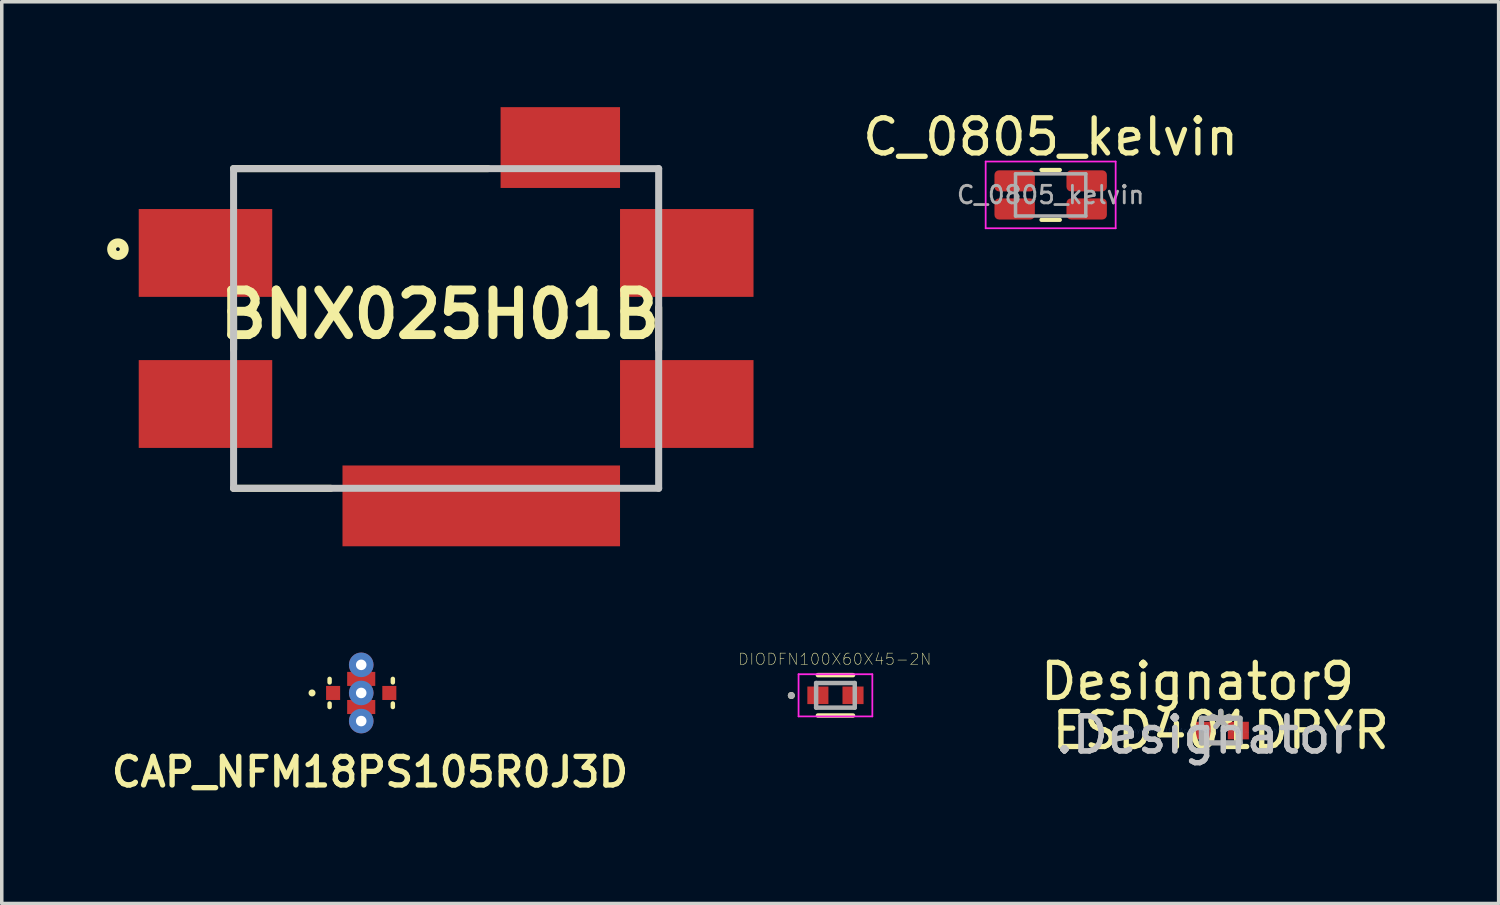
<source format=kicad_pcb>
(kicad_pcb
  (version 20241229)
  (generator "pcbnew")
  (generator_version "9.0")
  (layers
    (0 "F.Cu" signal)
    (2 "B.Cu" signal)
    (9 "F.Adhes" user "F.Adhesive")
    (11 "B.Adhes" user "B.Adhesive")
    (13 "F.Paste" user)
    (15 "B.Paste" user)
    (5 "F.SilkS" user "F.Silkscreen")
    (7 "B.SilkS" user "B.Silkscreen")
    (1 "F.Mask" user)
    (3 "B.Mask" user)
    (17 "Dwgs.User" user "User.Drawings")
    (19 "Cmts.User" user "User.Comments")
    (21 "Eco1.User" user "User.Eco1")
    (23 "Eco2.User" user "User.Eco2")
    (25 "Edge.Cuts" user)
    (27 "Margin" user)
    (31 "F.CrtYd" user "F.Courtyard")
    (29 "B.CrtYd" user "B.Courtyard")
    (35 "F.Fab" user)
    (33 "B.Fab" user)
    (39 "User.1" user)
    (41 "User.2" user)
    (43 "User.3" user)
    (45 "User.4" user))
  (footprint "DIODFN100X60X45-2N"
    (layer "F.Cu")
    (at 20.731 16.742)
    (property "Reference" "DIODFN100X60X45-2N" (at -0.019 -1.028 0) (layer "F.SilkS") (effects (font (size 0.32 0.32) (thickness 0.015))))
    (attr through_hole)
    (fp_line (start -0.5 -0.575) (end 0.5 -0.575) (stroke (width 0.127) (type solid)) (layer "F.SilkS"))
    (fp_line (start -0.5 0.575) (end 0.5 0.575) (stroke (width 0.127) (type solid)) (layer "F.SilkS"))
    (fp_circle (center -1.256 0.006) (end -1.206 0.006) (stroke (width 0.1) (type solid)) (fill no) (layer "F.SilkS"))
    (fp_line (start -1.05 -0.6) (end 1.05 -0.6) (stroke (width 0.05) (type solid)) (layer "F.CrtYd"))
    (fp_line (start -1.05 0.6) (end -1.05 -0.6) (stroke (width 0.05) (type solid)) (layer "F.CrtYd"))
    (fp_line (start 1.05 -0.6) (end 1.05 0.6) (stroke (width 0.05) (type solid)) (layer "F.CrtYd"))
    (fp_line (start 1.05 0.6) (end -1.05 0.6) (stroke (width 0.05) (type solid)) (layer "F.CrtYd"))
    (fp_line (start -0.55 -0.35) (end 0.55 -0.35) (stroke (width 0.127) (type solid)) (layer "F.Fab"))
    (fp_line (start -0.55 0.35) (end -0.55 -0.35) (stroke (width 0.127) (type solid)) (layer "F.Fab"))
    (fp_line (start 0.55 -0.35) (end 0.55 0.35) (stroke (width 0.127) (type solid)) (layer "F.Fab"))
    (fp_line (start 0.55 0.35) (end -0.55 0.35) (stroke (width 0.127) (type solid)) (layer "F.Fab"))
    (fp_circle (center -1.256 0.006) (end -1.206 0.006) (stroke (width 0.1) (type solid)) (fill no) (layer "F.Fab"))
    (pad "1" smd rect (at -0.5 0) (size 0.6 0.5) (layers "F.Cu" "F.Mask" "F.Paste"))
    (pad "2" smd rect (at 0.5 0) (size 0.6 0.5) (layers "F.Cu" "F.Mask" "F.Paste")))
  (footprint "BNX025H01B"
    (layer "F.Cu")
    (at 9.649 6.3)
    (property "Reference" "BNX025H01B" (at -0.178 -0.399 0) (layer "F.SilkS") (effects (font (size 1.27 1.27) (thickness 0.254))))
    (attr smd)
    (fp_line (start -6.05 -4.55) (end 1.193 -4.55) (stroke (width 0.2) (type solid)) (layer "F.SilkS"))
    (fp_line (start -6.05 -0.6) (end -6.05 0.6) (stroke (width 0.2) (type solid)) (layer "F.SilkS"))
    (fp_line (start -6.05 4.55) (end -3.284 4.55) (stroke (width 0.2) (type solid)) (layer "F.SilkS"))
    (fp_line (start 6.05 -0.6) (end 6.05 0.6) (stroke (width 0.2) (type solid)) (layer "F.SilkS"))
    (fp_circle (center -9.342 -2.258) (end -9.522 -2.258) (stroke (width 0.254) (type solid)) (fill no) (layer "F.SilkS"))
    (fp_line (start -6.05 -4.55) (end 6.05 -4.55) (stroke (width 0.2) (type solid)) (layer "Dwgs.User"))
    (fp_line (start -6.05 4.55) (end -6.05 -4.55) (stroke (width 0.2) (type solid)) (layer "Dwgs.User"))
    (fp_line (start 6.05 -4.55) (end 6.05 4.55) (stroke (width 0.2) (type solid)) (layer "Dwgs.User"))
    (fp_line (start 6.05 4.55) (end -6.05 4.55) (stroke (width 0.2) (type solid)) (layer "Dwgs.User"))
    (pad "1" smd rect (at -6.85 -2.15 90) (size 2.5 3.8) (layers "F.Cu" "F.Mask" "F.Paste"))
    (pad "2" smd rect (at 6.85 -2.15 90) (size 2.5 3.8) (layers "F.Cu" "F.Mask" "F.Paste"))
    (pad "3" smd rect (at -6.85 2.15 90) (size 2.5 3.8) (layers "F.Cu" "F.Mask" "F.Paste"))
    (pad "4" smd rect (at 6.85 2.15 90) (size 2.5 3.8) (layers "F.Cu" "F.Mask" "F.Paste"))
    (pad "5" smd rect (at 1 5.05 90) (size 2.3 7.9) (layers "F.Cu" "F.Mask" "F.Paste"))
    (pad "6" smd rect (at 3.25 -5.15 90) (size 2.3 3.4) (layers "F.Cu" "F.Mask" "F.Paste")))
  (footprint "CAP_NFM18PS105R0J3D"
    (layer "F.Cu")
    (at 7.232 16.675)
    (property "Reference" "CAP_NFM18PS105R0J3D" (at 0.25 2.25 0) (layer "F.SilkS") (effects (font (size 0.813 0.813) (thickness 0.152))))
    (attr through_hole)
    (fp_poly (pts (xy -1.202 -0.2) (xy -0.6 -0.2) (xy -0.6 0.2) (xy -1.202 0.2)) (stroke (width 0) (type solid)) (fill yes) (layer "F.Mask"))
    (fp_poly (pts (xy -0.801 -0.6) (xy 0.8 -0.6) (xy 0.8 0.601) (xy -0.801 0.601)) (stroke (width 0) (type solid)) (fill yes) (layer "F.Mask"))
    (fp_poly (pts (xy -0.401 -0.9) (xy 0.4 -0.9) (xy 0.4 -0.601) (xy -0.401 -0.601)) (stroke (width 0) (type solid)) (fill yes) (layer "F.Mask"))
    (fp_poly (pts (xy 0.601 -0.2) (xy 1.2 -0.2) (xy 1.2 0.2) (xy 0.601 0.2)) (stroke (width 0) (type solid)) (fill yes) (layer "F.Mask"))
    (fp_line (start -0.9 -0.4) (end -0.9 -0.3) (stroke (width 0.127) (type solid)) (layer "F.SilkS"))
    (fp_line (start -0.9 0.3) (end -0.9 0.4) (stroke (width 0.127) (type solid)) (layer "F.SilkS"))
    (fp_line (start 0.9 -0.4) (end 0.9 -0.3) (stroke (width 0.127) (type solid)) (layer "F.SilkS"))
    (fp_line (start 0.9 0.3) (end 0.9 0.4) (stroke (width 0.127) (type solid)) (layer "F.SilkS"))
    (fp_circle (center -1.4 0) (end -1.35 0) (stroke (width 0.1) (type solid)) (fill no) (layer "F.SilkS"))
    (fp_line (start -1.25 -0.65) (end -1.25 0.65) (stroke (width 0.05) (type solid)) (layer "Eco1.User"))
    (fp_line (start -1.25 0.65) (end -0.6 0.65) (stroke (width 0.05) (type solid)) (layer "Eco1.User"))
    (fp_line (start -0.6 -1.15) (end -0.6 -0.65) (stroke (width 0.05) (type solid)) (layer "Eco1.User"))
    (fp_line (start -0.6 -0.65) (end -1.25 -0.65) (stroke (width 0.05) (type solid)) (layer "Eco1.User"))
    (fp_line (start -0.6 0.65) (end -0.6 1.15) (stroke (width 0.05) (type solid)) (layer "Eco1.User"))
    (fp_line (start -0.6 1.15) (end 0.6 1.15) (stroke (width 0.05) (type solid)) (layer "Eco1.User"))
    (fp_line (start 0.6 -1.15) (end -0.6 -1.15) (stroke (width 0.05) (type solid)) (layer "Eco1.User"))
    (fp_line (start 0.6 -0.65) (end 0.6 -1.15) (stroke (width 0.05) (type solid)) (layer "Eco1.User"))
    (fp_line (start 0.6 0.65) (end 1.25 0.65) (stroke (width 0.05) (type solid)) (layer "Eco1.User"))
    (fp_line (start 0.6 1.15) (end 0.6 0.65) (stroke (width 0.05) (type solid)) (layer "Eco1.User"))
    (fp_line (start 1.25 -0.65) (end 0.6 -0.65) (stroke (width 0.05) (type solid)) (layer "Eco1.User"))
    (fp_line (start 1.25 0.65) (end 1.25 -0.65) (stroke (width 0.05) (type solid)) (layer "Eco1.User"))
    (fp_line (start -0.8 -0.4) (end 0.8 -0.4) (stroke (width 0.127) (type solid)) (layer "Eco2.User"))
    (fp_line (start -0.8 0.4) (end -0.8 -0.4) (stroke (width 0.127) (type solid)) (layer "Eco2.User"))
    (fp_line (start 0.8 -0.4) (end 0.8 0.4) (stroke (width 0.127) (type solid)) (layer "Eco2.User"))
    (fp_line (start 0.8 0.4) (end -0.8 0.4) (stroke (width 0.127) (type solid)) (layer "Eco2.User"))
    (fp_circle (center -1.4 0) (end -1.35 0) (stroke (width 0.1) (type solid)) (fill no) (layer "Eco2.User"))
    (fp_poly (pts (xy -0.2 -0.3) (xy 0.2 -0.3) (xy 0.2 0.3) (xy -0.2 0.3)) (stroke (width 0.1) (type solid)) (fill no) (layer "Eco2.User"))
    (pad "1" smd rect (at -0.8 0) (size 0.4 0.4) (layers "F.Cu" "F.Mask" "F.Paste"))
    (pad "2" thru_hole circle (at 0 -0.8) (size 0.7 0.7) (drill 0.3) (layers "*.Cu" "*.Mask"))
    (pad "2" smd rect (at 0 -0.4) (size 0.8 0.4) (layers "F.Cu" "F.Mask" "F.Paste"))
    (pad "2" thru_hole circle (at 0 0) (size 0.7 0.7) (drill 0.3) (layers "*.Cu" "*.Mask"))
    (pad "2" smd rect (at 0 0.4) (size 0.8 0.4) (layers "F.Cu" "F.Mask" "F.Paste"))
    (pad "2" thru_hole circle (at 0 0.8) (size 0.7 0.7) (drill 0.3) (layers "*.Cu" "*.Mask"))
    (pad "3" smd rect (at 0.8 0) (size 0.4 0.4) (layers "F.Cu" "F.Mask" "F.Paste")))
  (footprint "C_0805_kelvin"
    (layer "F.Cu")
    (at 26.857 2.498)
    (property "Reference" "C_0805_kelvin" (at 0 -1.65 0) (layer "F.SilkS") (effects (font (size 1 1) (thickness 0.15))))
    (attr smd)
    (fp_line (start -0.261 -0.71) (end 0.261 -0.71) (stroke (width 0.12) (type solid)) (layer "F.SilkS"))
    (fp_line (start -0.261 0.71) (end 0.261 0.71) (stroke (width 0.12) (type solid)) (layer "F.SilkS"))
    (fp_line (start -1.85 -0.95) (end 1.85 -0.95) (stroke (width 0.05) (type solid)) (layer "F.CrtYd"))
    (fp_line (start -1.85 0.95) (end -1.85 -0.95) (stroke (width 0.05) (type solid)) (layer "F.CrtYd"))
    (fp_line (start 1.85 -0.95) (end 1.85 0.95) (stroke (width 0.05) (type solid)) (layer "F.CrtYd"))
    (fp_line (start 1.85 0.95) (end -1.85 0.95) (stroke (width 0.05) (type solid)) (layer "F.CrtYd"))
    (fp_line (start -1 -0.6) (end 1 -0.6) (stroke (width 0.1) (type solid)) (layer "F.Fab"))
    (fp_line (start -1 0.6) (end -1 -0.6) (stroke (width 0.1) (type solid)) (layer "F.Fab"))
    (fp_line (start 1 -0.6) (end 1 0.6) (stroke (width 0.1) (type solid)) (layer "F.Fab"))
    (fp_line (start 1 0.6) (end -1 0.6) (stroke (width 0.1) (type solid)) (layer "F.Fab"))
    (fp_text user "${REFERENCE}" (at 0 0 0) (layer "F.Fab") (effects (font (size 0.5 0.5) (thickness 0.08))))
    (pad "1" smd roundrect (at -1.025 -0.4) (size 1.15 0.6) (layers "F.Cu" "F.Mask" "F.Paste") (roundrect_rratio 0.217))
    (pad "2" smd roundrect (at 1.025 -0.4) (size 1.15 0.6) (layers "F.Cu" "F.Mask" "F.Paste") (roundrect_rratio 0.217))
    (pad "3" smd roundrect (at -1.025 0.4) (size 1.15 0.6) (layers "F.Cu" "F.Mask" "F.Paste") (roundrect_rratio 0.217))
    (pad "4" smd roundrect (at 1.025 0.4) (size 1.15 0.6) (layers "F.Cu" "F.Mask" "F.Paste") (roundrect_rratio 0.217)))
  (footprint "ESD401DPYR"
    (layer "F.Cu")
    (at 31.699 17.745)
    (property "Reference" "ESD401DPYR" (at 0 0 0) (layer "F.SilkS") (effects (font (size 1 1) (thickness 0.15))))
    (attr through_hole)
    (fp_line (start -0.55 -0.35) (end 0.55 -0.35) (stroke (width 0.152) (type solid)) (layer "F.Fab"))
    (fp_line (start -0.55 0.35) (end -0.55 -0.35) (stroke (width 0.152) (type solid)) (layer "F.Fab"))
    (fp_line (start -0.55 0.35) (end 0.55 0.35) (stroke (width 0.152) (type solid)) (layer "F.Fab"))
    (fp_line (start 0.55 0.35) (end 0.55 -0.35) (stroke (width 0.152) (type solid)) (layer "F.Fab"))
    (fp_text user "*" (at 0 0 0) (layer "F.SilkS") (effects (font (size 1 1) (thickness 0.15))))
    (fp_text user "Designator9" (at -0.66 -1.397 0) (layer "F.SilkS") (effects (font (size 1 1) (thickness 0.15))))
    (fp_text user ".Designator" (at -0.475 0.125 0) (layer "Dwgs.User") (effects (font (size 1 1) (thickness 0.15))))
    (fp_text user "Copyright 2016 Accelerated Designs. All rights reserved." (at 0 0 0) (layer "Cmts.User") (effects (font (size 0.127 0.127) (thickness 0.002))))
    (fp_text user ".Designator" (at -0.475 0.125 0) (layer "F.Fab") (effects (font (size 1 1) (thickness 0.15))))
    (fp_text user "*" (at 0 0 0) (layer "F.Fab") (effects (font (size 1 1) (thickness 0.15))))
    (pad "1" smd rect (at -0.5 0) (size 0.6 0.5) (layers "F.Cu" "F.Mask" "F.Paste"))
    (pad "2" smd rect (at 0.5 0) (size 0.6 0.5) (layers "F.Cu" "F.Mask" "F.Paste")))
  (gr_rect
    (start -3 -3)
    (end 39.609 22.668)
    (stroke (width 0.1) (type default))
    (fill no)
    (layer "Edge.Cuts")))
</source>
